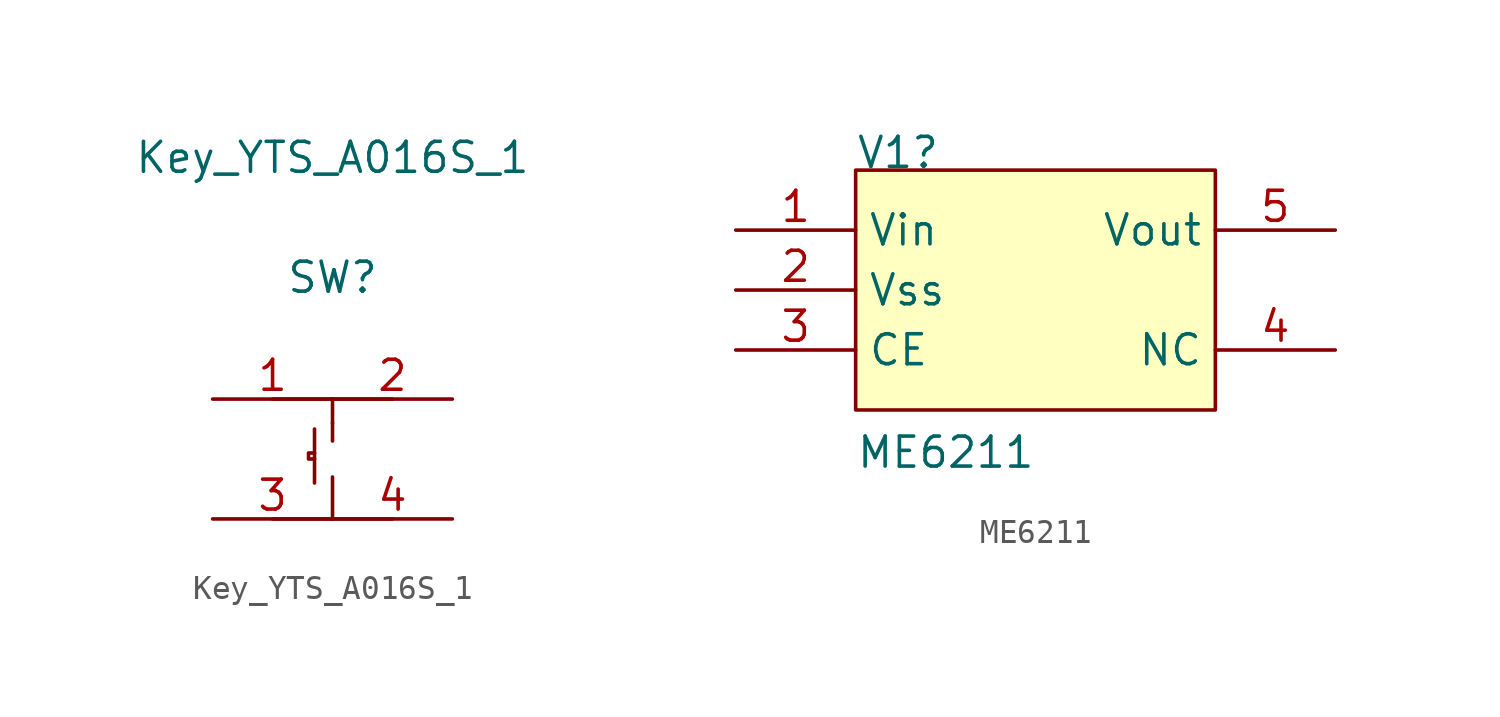
<source format=kicad_sym>
(kicad_symbol_lib
  (version 20220914)
  (generator kicad_symbol_editor)
  (symbol "Key_YTS_A016S_1"
    (pin_names
      (offset 1.016) hide)
    (property "Reference" "SW"
      (at 0 7.696 0)
      (effects (font (size 1.27 1.27))))
    (property "Value" "Key_YTS_A016S_1"
      (at 0 12.776 0)
      (effects (font (size 1.27 1.27))))
    (symbol "Key_YTS_A016S_1_1_1"
      (polyline (pts (xy -2.54 -2.54) (xy 2.54 -2.54)) (stroke (width 0.152) (type default)) (fill (type none)))
      (polyline (pts (xy -2.54 2.54) (xy 2.54 2.54)) (stroke (width 0.152) (type default)) (fill (type none)))
      (polyline (pts (xy -0.762 1.27) (xy -0.762 -1.016)) (stroke (width 0.152) (type default)) (fill (type none)))
      (polyline (pts (xy 0 -2.54) (xy 0 -0.762)) (stroke (width 0.152) (type default)) (fill (type none)))
      (polyline (pts (xy 0 1.524) (xy 0 0.762)) (stroke (width 0.152) (type default)) (fill (type none)))
      (polyline (pts (xy 0 2.54) (xy 0 1.524)) (stroke (width 0.152) (type default)) (fill (type none)))
      (polyline (pts (xy -0.762 0.254) (xy -1.016 0.254) (xy -1.016 0) (xy -0.762 0)) (stroke (width 0.152) (type default)) (fill (type none)))
      (pin input line (at -5.08 2.54 0) (length 5.08) (name "1" (effects (font (size 1.27 1.27)))) (number "1" (effects (font (size 1.27 1.27)))))
      (pin input line (at 5.08 2.54 180) (length 5.08) (name "2" (effects (font (size 1.27 1.27)))) (number "2" (effects (font (size 1.27 1.27)))))
      (pin input line (at -5.08 -2.54 0) (length 5.08) (name "3" (effects (font (size 1.27 1.27)))) (number "3" (effects (font (size 1.27 1.27)))))
      (pin input line (at 5.08 -2.54 180) (length 5.08) (name "4" (effects (font (size 1.27 1.27)))) (number "4" (effects (font (size 1.27 1.27)))))))
  (symbol "ME6211"
    (property "Reference" "V1"
      (at 5.08 2.54 0)
      (effects (font (size 1.27 1.27)) (justify left bottom)))
    (property "Value" "ME6211"
      (at 5.08 -10.16 0)
      (effects (font (size 1.27 1.27)) (justify left bottom)))
    (symbol "ME6211_1_0"
      (rectangle (start 20.32 2.54) (end 5.08 -7.62) (stroke (width 0) (type default)) (fill (type background)))
      (pin passive line (at 0 0 0) (length 5.08) (name "Vin" (effects (font (size 1.27 1.27)))) (number "1" (effects (font (size 1.27 1.27)))))
      (pin passive line (at 0 -2.54 0) (length 5.08) (name "Vss" (effects (font (size 1.27 1.27)))) (number "2" (effects (font (size 1.27 1.27)))))
      (pin passive line (at 0 -5.08 0) (length 5.08) (name "CE" (effects (font (size 1.27 1.27)))) (number "3" (effects (font (size 1.27 1.27)))))
      (pin passive line (at 25.4 -5.08 180) (length 5.08) (name "NC" (effects (font (size 1.27 1.27)))) (number "4" (effects (font (size 1.27 1.27)))))
      (pin passive line (at 25.4 0 180) (length 5.08) (name "Vout" (effects (font (size 1.27 1.27)))) (number "5" (effects (font (size 1.27 1.27))))))))
</source>
